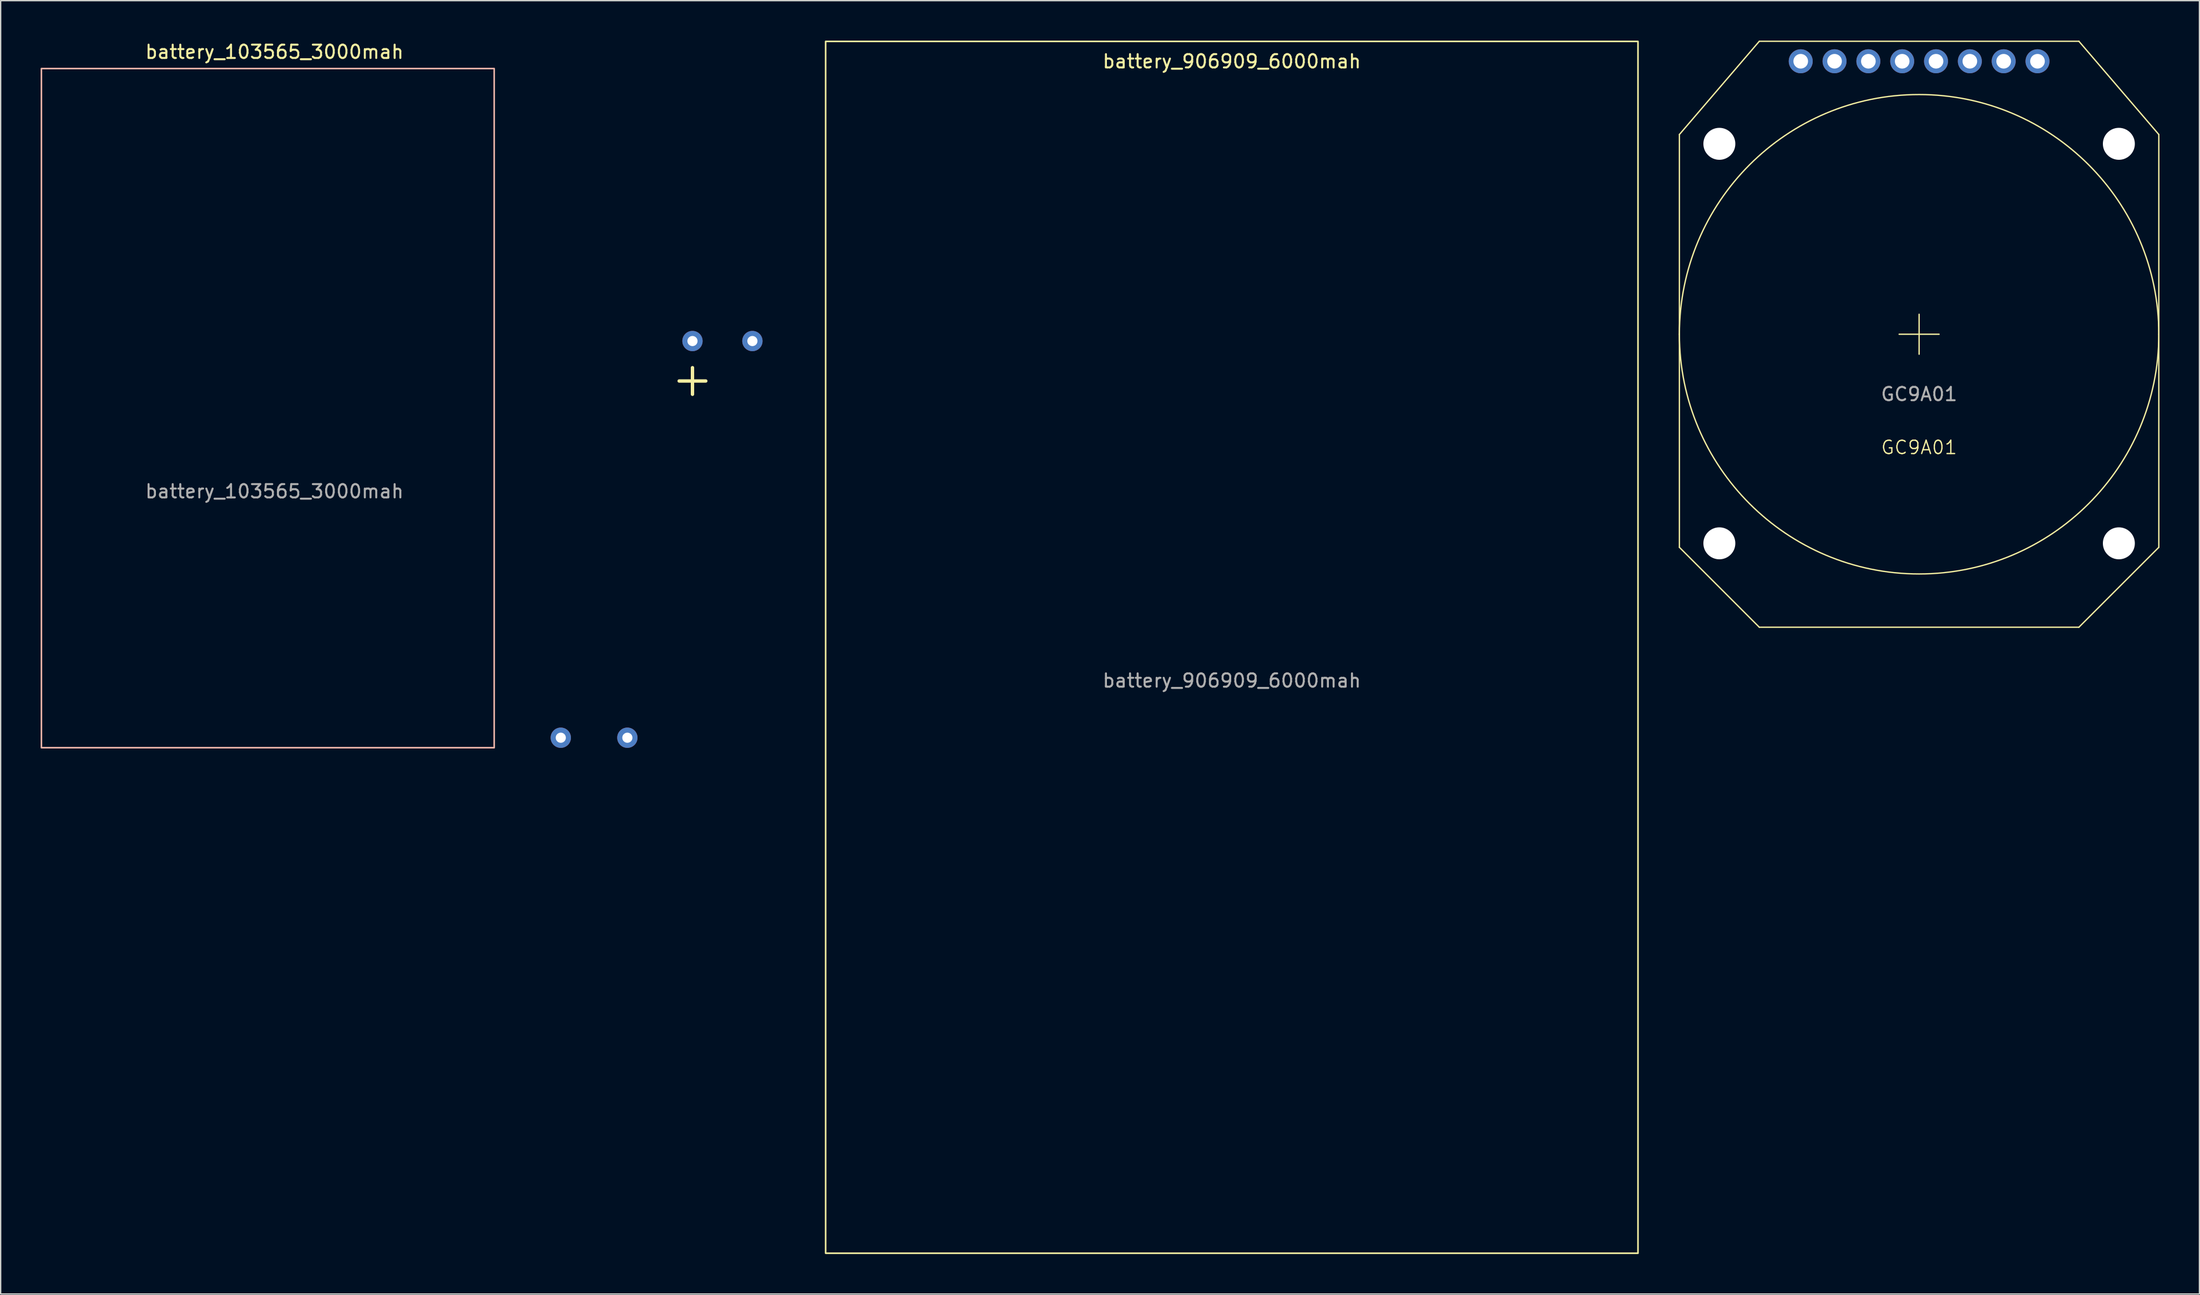
<source format=kicad_pcb>
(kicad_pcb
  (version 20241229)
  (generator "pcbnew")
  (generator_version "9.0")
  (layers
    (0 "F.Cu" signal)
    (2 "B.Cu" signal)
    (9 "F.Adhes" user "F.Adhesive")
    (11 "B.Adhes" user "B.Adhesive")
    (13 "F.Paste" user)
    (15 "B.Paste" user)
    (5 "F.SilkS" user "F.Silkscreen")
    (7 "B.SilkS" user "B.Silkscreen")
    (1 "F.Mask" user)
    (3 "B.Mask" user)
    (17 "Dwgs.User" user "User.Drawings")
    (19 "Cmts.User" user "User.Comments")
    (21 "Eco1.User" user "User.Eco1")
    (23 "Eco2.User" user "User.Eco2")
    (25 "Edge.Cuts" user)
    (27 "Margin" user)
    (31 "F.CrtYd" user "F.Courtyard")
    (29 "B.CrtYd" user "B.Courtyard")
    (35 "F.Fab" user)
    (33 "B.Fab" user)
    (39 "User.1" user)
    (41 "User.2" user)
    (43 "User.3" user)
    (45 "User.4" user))
  (footprint "GC9A01"
    (layer "F.Cu")
    (at 141.059 22.05)
    (property "Reference" "GC9A01" (at 0 8.5 0) (unlocked yes) (layer "F.SilkS") (effects (font (size 1 1) (thickness 0.1))))
    (attr through_hole)
    (fp_line (start -18 -15) (end -12 -22) (stroke (width 0.1) (type default)) (layer "F.SilkS"))
    (fp_line (start -18 0) (end -18 -15) (stroke (width 0.1) (type default)) (layer "F.SilkS"))
    (fp_line (start -18 0) (end -18 16) (stroke (width 0.1) (type default)) (layer "F.SilkS"))
    (fp_line (start -12 -22) (end 12 -22) (stroke (width 0.1) (type default)) (layer "F.SilkS"))
    (fp_line (start -12 22) (end -18 16) (stroke (width 0.1) (type default)) (layer "F.SilkS"))
    (fp_line (start -12 22) (end 12 22) (stroke (width 0.1) (type default)) (layer "F.SilkS"))
    (fp_line (start -1.5 0) (end 1.5 0) (stroke (width 0.1) (type default)) (layer "F.SilkS"))
    (fp_line (start 0 -1.5) (end 0 1.5) (stroke (width 0.1) (type default)) (layer "F.SilkS"))
    (fp_line (start 18 -15) (end 12 -22) (stroke (width 0.1) (type default)) (layer "F.SilkS"))
    (fp_line (start 18 0) (end 18 -15) (stroke (width 0.1) (type default)) (layer "F.SilkS"))
    (fp_line (start 18 0) (end 18 16) (stroke (width 0.1) (type default)) (layer "F.SilkS"))
    (fp_line (start 18 16) (end 12 22) (stroke (width 0.1) (type default)) (layer "F.SilkS"))
    (fp_circle (center 0 0) (end 18 0) (stroke (width 0.1) (type default)) (fill no) (layer "F.SilkS"))
    (fp_text user "${REFERENCE}" (at 0 4.5 0) (unlocked yes) (layer "F.Fab") (effects (font (size 1 1) (thickness 0.15))))
    (pad "" np_thru_hole circle (at -15 -14.3) (size 2.4 2.4) (drill 2.4) (layers "*.Cu" "*.Mask"))
    (pad "" np_thru_hole circle (at -15 15.7) (size 2.4 2.4) (drill 2.4) (layers "*.Cu" "*.Mask"))
    (pad "" np_thru_hole circle (at 15 -14.3) (size 2.4 2.4) (drill 2.4) (layers "*.Cu" "*.Mask"))
    (pad "" np_thru_hole circle (at 15 15.7) (size 2.4 2.4) (drill 2.4) (layers "*.Cu" "*.Mask"))
    (pad "1" thru_hole circle (at -8.89 -20.5) (size 1.8 1.8) (drill 1.1) (layers "*.Cu" "*.Mask"))
    (pad "2" thru_hole circle (at -6.35 -20.5) (size 1.8 1.8) (drill 1.1) (layers "*.Cu" "*.Mask"))
    (pad "3" thru_hole circle (at -3.81 -20.5) (size 1.8 1.8) (drill 1.1) (layers "*.Cu" "*.Mask"))
    (pad "4" thru_hole circle (at -1.27 -20.5) (size 1.8 1.8) (drill 1.1) (layers "*.Cu" "*.Mask"))
    (pad "5" thru_hole circle (at 1.27 -20.5) (size 1.8 1.8) (drill 1.1) (layers "*.Cu" "*.Mask"))
    (pad "6" thru_hole circle (at 3.81 -20.5) (size 1.8 1.8) (drill 1.1) (layers "*.Cu" "*.Mask"))
    (pad "7" thru_hole circle (at 6.35 -20.5) (size 1.8 1.8) (drill 1.1) (layers "*.Cu" "*.Mask"))
    (pad "8" thru_hole circle (at 8.89 -20.5) (size 1.8 1.8) (drill 1.1) (layers "*.Cu" "*.Mask"))
    (zone (net_name "") (layer "B.Cu") (hatch edge 0.5) (connect_pads) (min_thickness 0.25) (filled_areas_thickness no) (keepout (tracks not_allowed) (vias not_allowed) (pads allowed) (copperpour not_allowed) (footprints allowed)) (placement (enabled no)) (fill) (polygon (pts (xy 129.059 7.75) (xy 129.039 7.402) (xy 128.978 7.058) (xy 128.878 6.724) (xy 128.74 6.404) (xy 128.565 6.101) (xy 128.357 5.822) (xy 128.118 5.568) (xy 127.85 5.344) (xy 127.559 5.152) (xy 127.247 4.995) (xy 126.919 4.876) (xy 126.58 4.796) (xy 126.233 4.755) (xy 125.885 4.755) (xy 125.538 4.796) (xy 125.199 4.876) (xy 124.871 4.995) (xy 124.559 5.152) (xy 124.268 5.344) (xy 124 5.568) (xy 123.761 5.822) (xy 123.553 6.101) (xy 123.378 6.404) (xy 123.24 6.724) (xy 123.14 7.058) (xy 123.079 7.402) (xy 123.059 7.75) (xy 123.079 8.098) (xy 123.14 8.442) (xy 123.24 8.776) (xy 123.378 9.096) (xy 123.553 9.399) (xy 123.761 9.678) (xy 124 9.932) (xy 124.268 10.156) (xy 124.559 10.348) (xy 124.871 10.505) (xy 125.199 10.624) (xy 125.538 10.704) (xy 125.885 10.745) (xy 126.233 10.745) (xy 126.58 10.704) (xy 126.919 10.624) (xy 127.247 10.505) (xy 127.559 10.348) (xy 127.85 10.156) (xy 128.118 9.932) (xy 128.357 9.678) (xy 128.565 9.399) (xy 128.74 9.096) (xy 128.878 8.776) (xy 128.978 8.442) (xy 129.039 8.098))))
    (zone (net_name "") (layer "B.Cu") (hatch edge 0.5) (connect_pads) (min_thickness 0.25) (filled_areas_thickness no) (keepout (tracks not_allowed) (vias not_allowed) (pads allowed) (copperpour allowed) (footprints not_allowed)) (placement (enabled no)) (fill) (polygon (pts (xy 129.059 37.75) (xy 129.039 37.402) (xy 128.978 37.058) (xy 128.878 36.724) (xy 128.74 36.404) (xy 128.565 36.101) (xy 128.357 35.822) (xy 128.118 35.568) (xy 127.85 35.344) (xy 127.559 35.152) (xy 127.247 34.995) (xy 126.919 34.876) (xy 126.58 34.796) (xy 126.233 34.755) (xy 125.885 34.755) (xy 125.538 34.796) (xy 125.199 34.876) (xy 124.871 34.995) (xy 124.559 35.152) (xy 124.268 35.344) (xy 124 35.568) (xy 123.761 35.822) (xy 123.553 36.101) (xy 123.378 36.404) (xy 123.24 36.724) (xy 123.14 37.058) (xy 123.079 37.402) (xy 123.059 37.75) (xy 123.079 38.098) (xy 123.14 38.442) (xy 123.24 38.776) (xy 123.378 39.096) (xy 123.553 39.399) (xy 123.761 39.678) (xy 124 39.932) (xy 124.268 40.156) (xy 124.559 40.348) (xy 124.871 40.505) (xy 125.199 40.624) (xy 125.538 40.704) (xy 125.885 40.745) (xy 126.233 40.745) (xy 126.58 40.704) (xy 126.919 40.624) (xy 127.247 40.505) (xy 127.559 40.348) (xy 127.85 40.156) (xy 128.118 39.932) (xy 128.357 39.678) (xy 128.565 39.399) (xy 128.74 39.096) (xy 128.878 38.776) (xy 128.978 38.442) (xy 129.039 38.098))))
    (zone (net_name "") (layer "B.Cu") (hatch edge 0.5) (connect_pads) (min_thickness 0.25) (filled_areas_thickness no) (keepout (tracks not_allowed) (vias not_allowed) (pads allowed) (copperpour not_allowed) (footprints allowed)) (placement (enabled no)) (fill) (polygon (pts (xy 159.059 7.75) (xy 159.039 7.402) (xy 158.978 7.058) (xy 158.878 6.724) (xy 158.74 6.404) (xy 158.565 6.101) (xy 158.357 5.822) (xy 158.118 5.568) (xy 157.85 5.344) (xy 157.559 5.152) (xy 157.247 4.995) (xy 156.919 4.876) (xy 156.58 4.796) (xy 156.233 4.755) (xy 155.885 4.755) (xy 155.538 4.796) (xy 155.199 4.876) (xy 154.871 4.995) (xy 154.559 5.152) (xy 154.268 5.344) (xy 154 5.568) (xy 153.761 5.822) (xy 153.553 6.101) (xy 153.378 6.404) (xy 153.24 6.724) (xy 153.14 7.058) (xy 153.079 7.402) (xy 153.059 7.75) (xy 153.079 8.098) (xy 153.14 8.442) (xy 153.24 8.776) (xy 153.378 9.096) (xy 153.553 9.399) (xy 153.761 9.678) (xy 154 9.932) (xy 154.268 10.156) (xy 154.559 10.348) (xy 154.871 10.505) (xy 155.199 10.624) (xy 155.538 10.704) (xy 155.885 10.745) (xy 156.233 10.745) (xy 156.58 10.704) (xy 156.919 10.624) (xy 157.247 10.505) (xy 157.559 10.348) (xy 157.85 10.156) (xy 158.118 9.932) (xy 158.357 9.678) (xy 158.565 9.399) (xy 158.74 9.096) (xy 158.878 8.776) (xy 158.978 8.442) (xy 159.039 8.098))))
    (zone (net_name "") (layer "B.Cu") (hatch edge 0.5) (connect_pads) (min_thickness 0.25) (filled_areas_thickness no) (keepout (tracks not_allowed) (vias not_allowed) (pads allowed) (copperpour allowed) (footprints not_allowed)) (placement (enabled no)) (fill) (polygon (pts (xy 159.059 37.75) (xy 159.039 37.402) (xy 158.978 37.058) (xy 158.878 36.724) (xy 158.74 36.404) (xy 158.565 36.101) (xy 158.357 35.822) (xy 158.118 35.568) (xy 157.85 35.344) (xy 157.559 35.152) (xy 157.247 34.995) (xy 156.919 34.876) (xy 156.58 34.796) (xy 156.233 34.755) (xy 155.885 34.755) (xy 155.538 34.796) (xy 155.199 34.876) (xy 154.871 34.995) (xy 154.559 35.152) (xy 154.268 35.344) (xy 154 35.568) (xy 153.761 35.822) (xy 153.553 36.101) (xy 153.378 36.404) (xy 153.24 36.724) (xy 153.14 37.058) (xy 153.079 37.402) (xy 153.059 37.75) (xy 153.079 38.098) (xy 153.14 38.442) (xy 153.24 38.776) (xy 153.378 39.096) (xy 153.553 39.399) (xy 153.761 39.678) (xy 154 39.932) (xy 154.268 40.156) (xy 154.559 40.348) (xy 154.871 40.505) (xy 155.199 40.624) (xy 155.538 40.704) (xy 155.885 40.745) (xy 156.233 40.745) (xy 156.58 40.704) (xy 156.919 40.624) (xy 157.247 40.505) (xy 157.559 40.348) (xy 157.85 40.156) (xy 158.118 39.932) (xy 158.357 39.678) (xy 158.565 39.399) (xy 158.74 39.096) (xy 158.878 38.776) (xy 158.978 38.442) (xy 159.039 38.098)))))
  (footprint "battery_906909_6000mah"
    (layer "F.Cu")
    (at 89.449 45.56)
    (property "Reference" "battery_906909_6000mah" (at 0 -44 0) (unlocked yes) (layer "F.SilkS") (effects (font (size 1 1) (thickness 0.15))))
    (attr through_hole)
    (fp_line (start -41.5 -20) (end -39.5 -20) (stroke (width 0.254) (type solid)) (layer "F.SilkS"))
    (fp_line (start -40.5 -21) (end -40.5 -19) (stroke (width 0.254) (type solid)) (layer "F.SilkS"))
    (fp_rect (start -30.5 -45.5) (end 30.5 45.5) (stroke (width 0.12) (type solid)) (fill no) (layer "F.SilkS"))
    (fp_text user "${REFERENCE}" (at 0 2.5 0) (unlocked yes) (layer "F.Fab") (effects (font (size 1 1) (thickness 0.15))))
    (pad "1" thru_hole circle (at -40.5 -23) (size 1.524 1.524) (drill 0.762) (layers "*.Cu" "*.Mask"))
    (pad "2" thru_hole circle (at -36 -23) (size 1.524 1.524) (drill 0.762) (layers "*.Cu" "*.Mask")))
  (footprint "battery_103565_3000mah"
    (layer "F.Cu")
    (at 17.56 31.348)
    (property "Reference" "battery_103565_3000mah" (at 0 -30.5 0) (unlocked yes) (layer "F.SilkS") (effects (font (size 1 1) (thickness 0.15))))
    (attr through_hole)
    (fp_rect (start -17.5 -29.25) (end 16.5 21.75) (stroke (width 0.12) (type solid)) (fill no) (layer "B.SilkS"))
    (fp_text user "${REFERENCE}" (at 0 2.5 0) (unlocked yes) (layer "F.Fab") (effects (font (size 1 1) (thickness 0.15))))
    (pad "1" thru_hole circle (at 26.5 21 180) (size 1.524 1.524) (drill 0.762) (layers "*.Cu" "*.Mask"))
    (pad "2" thru_hole circle (at 21.5 21 180) (size 1.524 1.524) (drill 0.762) (layers "*.Cu" "*.Mask")))
  (gr_rect
    (start -3 -3)
    (end 162.109 94.12)
    (stroke (width 0.1) (type default))
    (fill no)
    (layer "Edge.Cuts")))
</source>
